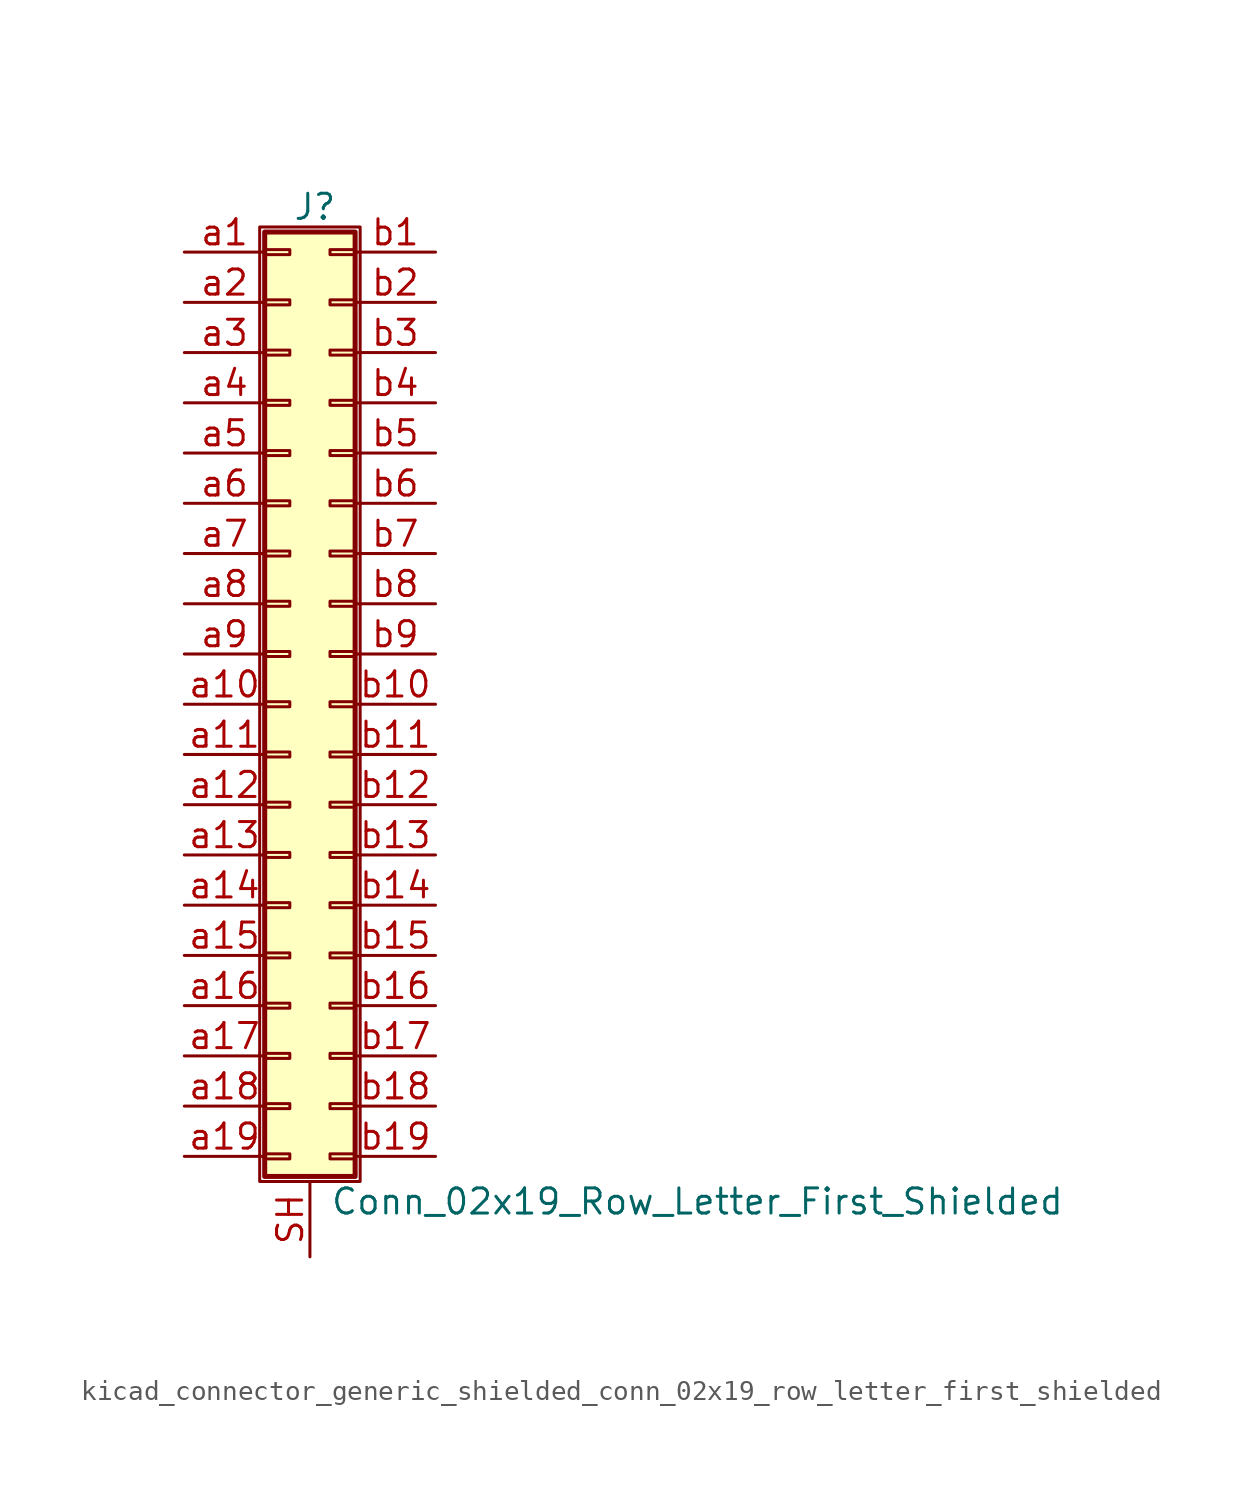
<source format=kicad_sym>
(kicad_symbol_lib
  (version 20220914)
  (generator kicad_symbol_editor)
  (symbol "kicad_connector_generic_shielded_conn_02x19_row_letter_first_shielded"
    (pin_names
      (offset 1.016) hide)
    (property "Reference" "J"
      (at 1.524 25.146 0)
      (effects (font (size 1.27 1.27))))
    (property "Value" "Conn_02x19_Row_Letter_First_Shielded"
      (at 2.286 -25.146 0)
      (effects (font (size 1.27 1.27)) (justify left)))
    (symbol "kicad_connector_generic_shielded_conn_02x19_row_letter_first_shielded_1_1"
      (rectangle (start -1.27 24.13) (end 3.81 -24.13) (stroke (width 0.152) (type default)) (fill (type none)))
      (rectangle (start -1.016 -22.733) (end 0.254 -22.987) (stroke (width 0.152) (type default)) (fill (type none)))
      (rectangle (start -1.016 -20.193) (end 0.254 -20.447) (stroke (width 0.152) (type default)) (fill (type none)))
      (rectangle (start -1.016 -17.653) (end 0.254 -17.907) (stroke (width 0.152) (type default)) (fill (type none)))
      (rectangle (start -1.016 -15.113) (end 0.254 -15.367) (stroke (width 0.152) (type default)) (fill (type none)))
      (rectangle (start -1.016 -12.573) (end 0.254 -12.827) (stroke (width 0.152) (type default)) (fill (type none)))
      (rectangle (start -1.016 -10.033) (end 0.254 -10.287) (stroke (width 0.152) (type default)) (fill (type none)))
      (rectangle (start -1.016 -7.493) (end 0.254 -7.747) (stroke (width 0.152) (type default)) (fill (type none)))
      (rectangle (start -1.016 -4.953) (end 0.254 -5.207) (stroke (width 0.152) (type default)) (fill (type none)))
      (rectangle (start -1.016 -2.413) (end 0.254 -2.667) (stroke (width 0.152) (type default)) (fill (type none)))
      (rectangle (start -1.016 0.127) (end 0.254 -0.127) (stroke (width 0.152) (type default)) (fill (type none)))
      (rectangle (start -1.016 2.667) (end 0.254 2.413) (stroke (width 0.152) (type default)) (fill (type none)))
      (rectangle (start -1.016 5.207) (end 0.254 4.953) (stroke (width 0.152) (type default)) (fill (type none)))
      (rectangle (start -1.016 7.747) (end 0.254 7.493) (stroke (width 0.152) (type default)) (fill (type none)))
      (rectangle (start -1.016 10.287) (end 0.254 10.033) (stroke (width 0.152) (type default)) (fill (type none)))
      (rectangle (start -1.016 12.827) (end 0.254 12.573) (stroke (width 0.152) (type default)) (fill (type none)))
      (rectangle (start -1.016 15.367) (end 0.254 15.113) (stroke (width 0.152) (type default)) (fill (type none)))
      (rectangle (start -1.016 17.907) (end 0.254 17.653) (stroke (width 0.152) (type default)) (fill (type none)))
      (rectangle (start -1.016 20.447) (end 0.254 20.193) (stroke (width 0.152) (type default)) (fill (type none)))
      (rectangle (start -1.016 22.987) (end 0.254 22.733) (stroke (width 0.152) (type default)) (fill (type none)))
      (rectangle (start -1.016 23.876) (end 3.556 -23.876) (stroke (width 0.254) (type default)) (fill (type background)))
      (rectangle (start 3.556 -22.733) (end 2.286 -22.987) (stroke (width 0.152) (type default)) (fill (type none)))
      (rectangle (start 3.556 -20.193) (end 2.286 -20.447) (stroke (width 0.152) (type default)) (fill (type none)))
      (rectangle (start 3.556 -17.653) (end 2.286 -17.907) (stroke (width 0.152) (type default)) (fill (type none)))
      (rectangle (start 3.556 -15.113) (end 2.286 -15.367) (stroke (width 0.152) (type default)) (fill (type none)))
      (rectangle (start 3.556 -12.573) (end 2.286 -12.827) (stroke (width 0.152) (type default)) (fill (type none)))
      (rectangle (start 3.556 -10.033) (end 2.286 -10.287) (stroke (width 0.152) (type default)) (fill (type none)))
      (rectangle (start 3.556 -7.493) (end 2.286 -7.747) (stroke (width 0.152) (type default)) (fill (type none)))
      (rectangle (start 3.556 -4.953) (end 2.286 -5.207) (stroke (width 0.152) (type default)) (fill (type none)))
      (rectangle (start 3.556 -2.413) (end 2.286 -2.667) (stroke (width 0.152) (type default)) (fill (type none)))
      (rectangle (start 3.556 0.127) (end 2.286 -0.127) (stroke (width 0.152) (type default)) (fill (type none)))
      (rectangle (start 3.556 2.667) (end 2.286 2.413) (stroke (width 0.152) (type default)) (fill (type none)))
      (rectangle (start 3.556 5.207) (end 2.286 4.953) (stroke (width 0.152) (type default)) (fill (type none)))
      (rectangle (start 3.556 7.747) (end 2.286 7.493) (stroke (width 0.152) (type default)) (fill (type none)))
      (rectangle (start 3.556 10.287) (end 2.286 10.033) (stroke (width 0.152) (type default)) (fill (type none)))
      (rectangle (start 3.556 12.827) (end 2.286 12.573) (stroke (width 0.152) (type default)) (fill (type none)))
      (rectangle (start 3.556 15.367) (end 2.286 15.113) (stroke (width 0.152) (type default)) (fill (type none)))
      (rectangle (start 3.556 17.907) (end 2.286 17.653) (stroke (width 0.152) (type default)) (fill (type none)))
      (rectangle (start 3.556 20.447) (end 2.286 20.193) (stroke (width 0.152) (type default)) (fill (type none)))
      (rectangle (start 3.556 22.987) (end 2.286 22.733) (stroke (width 0.152) (type default)) (fill (type none)))
      (pin passive line (at 1.27 -27.94 90) (length 3.81) (name "Shield" (effects (font (size 1.27 1.27)))) (number "SH" (effects (font (size 1.27 1.27)))))
      (pin passive line (at -5.08 22.86 0) (length 4.064) (name "Pin_a1" (effects (font (size 1.27 1.27)))) (number "a1" (effects (font (size 1.27 1.27)))))
      (pin passive line (at -5.08 0 0) (length 4.064) (name "Pin_a10" (effects (font (size 1.27 1.27)))) (number "a10" (effects (font (size 1.27 1.27)))))
      (pin passive line (at -5.08 -2.54 0) (length 4.064) (name "Pin_a11" (effects (font (size 1.27 1.27)))) (number "a11" (effects (font (size 1.27 1.27)))))
      (pin passive line (at -5.08 -5.08 0) (length 4.064) (name "Pin_a12" (effects (font (size 1.27 1.27)))) (number "a12" (effects (font (size 1.27 1.27)))))
      (pin passive line (at -5.08 -7.62 0) (length 4.064) (name "Pin_a13" (effects (font (size 1.27 1.27)))) (number "a13" (effects (font (size 1.27 1.27)))))
      (pin passive line (at -5.08 -10.16 0) (length 4.064) (name "Pin_a14" (effects (font (size 1.27 1.27)))) (number "a14" (effects (font (size 1.27 1.27)))))
      (pin passive line (at -5.08 -12.7 0) (length 4.064) (name "Pin_a15" (effects (font (size 1.27 1.27)))) (number "a15" (effects (font (size 1.27 1.27)))))
      (pin passive line (at -5.08 -15.24 0) (length 4.064) (name "Pin_a16" (effects (font (size 1.27 1.27)))) (number "a16" (effects (font (size 1.27 1.27)))))
      (pin passive line (at -5.08 -17.78 0) (length 4.064) (name "Pin_a17" (effects (font (size 1.27 1.27)))) (number "a17" (effects (font (size 1.27 1.27)))))
      (pin passive line (at -5.08 -20.32 0) (length 4.064) (name "Pin_a18" (effects (font (size 1.27 1.27)))) (number "a18" (effects (font (size 1.27 1.27)))))
      (pin passive line (at -5.08 -22.86 0) (length 4.064) (name "Pin_a19" (effects (font (size 1.27 1.27)))) (number "a19" (effects (font (size 1.27 1.27)))))
      (pin passive line (at -5.08 20.32 0) (length 4.064) (name "Pin_a2" (effects (font (size 1.27 1.27)))) (number "a2" (effects (font (size 1.27 1.27)))))
      (pin passive line (at -5.08 17.78 0) (length 4.064) (name "Pin_a3" (effects (font (size 1.27 1.27)))) (number "a3" (effects (font (size 1.27 1.27)))))
      (pin passive line (at -5.08 15.24 0) (length 4.064) (name "Pin_a4" (effects (font (size 1.27 1.27)))) (number "a4" (effects (font (size 1.27 1.27)))))
      (pin passive line (at -5.08 12.7 0) (length 4.064) (name "Pin_a5" (effects (font (size 1.27 1.27)))) (number "a5" (effects (font (size 1.27 1.27)))))
      (pin passive line (at -5.08 10.16 0) (length 4.064) (name "Pin_a6" (effects (font (size 1.27 1.27)))) (number "a6" (effects (font (size 1.27 1.27)))))
      (pin passive line (at -5.08 7.62 0) (length 4.064) (name "Pin_a7" (effects (font (size 1.27 1.27)))) (number "a7" (effects (font (size 1.27 1.27)))))
      (pin passive line (at -5.08 5.08 0) (length 4.064) (name "Pin_a8" (effects (font (size 1.27 1.27)))) (number "a8" (effects (font (size 1.27 1.27)))))
      (pin passive line (at -5.08 2.54 0) (length 4.064) (name "Pin_a9" (effects (font (size 1.27 1.27)))) (number "a9" (effects (font (size 1.27 1.27)))))
      (pin passive line (at 7.62 22.86 180) (length 4.064) (name "Pin_b1" (effects (font (size 1.27 1.27)))) (number "b1" (effects (font (size 1.27 1.27)))))
      (pin passive line (at 7.62 0 180) (length 4.064) (name "Pin_b10" (effects (font (size 1.27 1.27)))) (number "b10" (effects (font (size 1.27 1.27)))))
      (pin passive line (at 7.62 -2.54 180) (length 4.064) (name "Pin_b11" (effects (font (size 1.27 1.27)))) (number "b11" (effects (font (size 1.27 1.27)))))
      (pin passive line (at 7.62 -5.08 180) (length 4.064) (name "Pin_b12" (effects (font (size 1.27 1.27)))) (number "b12" (effects (font (size 1.27 1.27)))))
      (pin passive line (at 7.62 -7.62 180) (length 4.064) (name "Pin_b13" (effects (font (size 1.27 1.27)))) (number "b13" (effects (font (size 1.27 1.27)))))
      (pin passive line (at 7.62 -10.16 180) (length 4.064) (name "Pin_b14" (effects (font (size 1.27 1.27)))) (number "b14" (effects (font (size 1.27 1.27)))))
      (pin passive line (at 7.62 -12.7 180) (length 4.064) (name "Pin_b15" (effects (font (size 1.27 1.27)))) (number "b15" (effects (font (size 1.27 1.27)))))
      (pin passive line (at 7.62 -15.24 180) (length 4.064) (name "Pin_b16" (effects (font (size 1.27 1.27)))) (number "b16" (effects (font (size 1.27 1.27)))))
      (pin passive line (at 7.62 -17.78 180) (length 4.064) (name "Pin_b17" (effects (font (size 1.27 1.27)))) (number "b17" (effects (font (size 1.27 1.27)))))
      (pin passive line (at 7.62 -20.32 180) (length 4.064) (name "Pin_b18" (effects (font (size 1.27 1.27)))) (number "b18" (effects (font (size 1.27 1.27)))))
      (pin passive line (at 7.62 -22.86 180) (length 4.064) (name "Pin_b19" (effects (font (size 1.27 1.27)))) (number "b19" (effects (font (size 1.27 1.27)))))
      (pin passive line (at 7.62 20.32 180) (length 4.064) (name "Pin_b2" (effects (font (size 1.27 1.27)))) (number "b2" (effects (font (size 1.27 1.27)))))
      (pin passive line (at 7.62 17.78 180) (length 4.064) (name "Pin_b3" (effects (font (size 1.27 1.27)))) (number "b3" (effects (font (size 1.27 1.27)))))
      (pin passive line (at 7.62 15.24 180) (length 4.064) (name "Pin_b4" (effects (font (size 1.27 1.27)))) (number "b4" (effects (font (size 1.27 1.27)))))
      (pin passive line (at 7.62 12.7 180) (length 4.064) (name "Pin_b5" (effects (font (size 1.27 1.27)))) (number "b5" (effects (font (size 1.27 1.27)))))
      (pin passive line (at 7.62 10.16 180) (length 4.064) (name "Pin_b6" (effects (font (size 1.27 1.27)))) (number "b6" (effects (font (size 1.27 1.27)))))
      (pin passive line (at 7.62 7.62 180) (length 4.064) (name "Pin_b7" (effects (font (size 1.27 1.27)))) (number "b7" (effects (font (size 1.27 1.27)))))
      (pin passive line (at 7.62 5.08 180) (length 4.064) (name "Pin_b8" (effects (font (size 1.27 1.27)))) (number "b8" (effects (font (size 1.27 1.27)))))
      (pin passive line (at 7.62 2.54 180) (length 4.064) (name "Pin_b9" (effects (font (size 1.27 1.27)))) (number "b9" (effects (font (size 1.27 1.27))))))))
</source>
